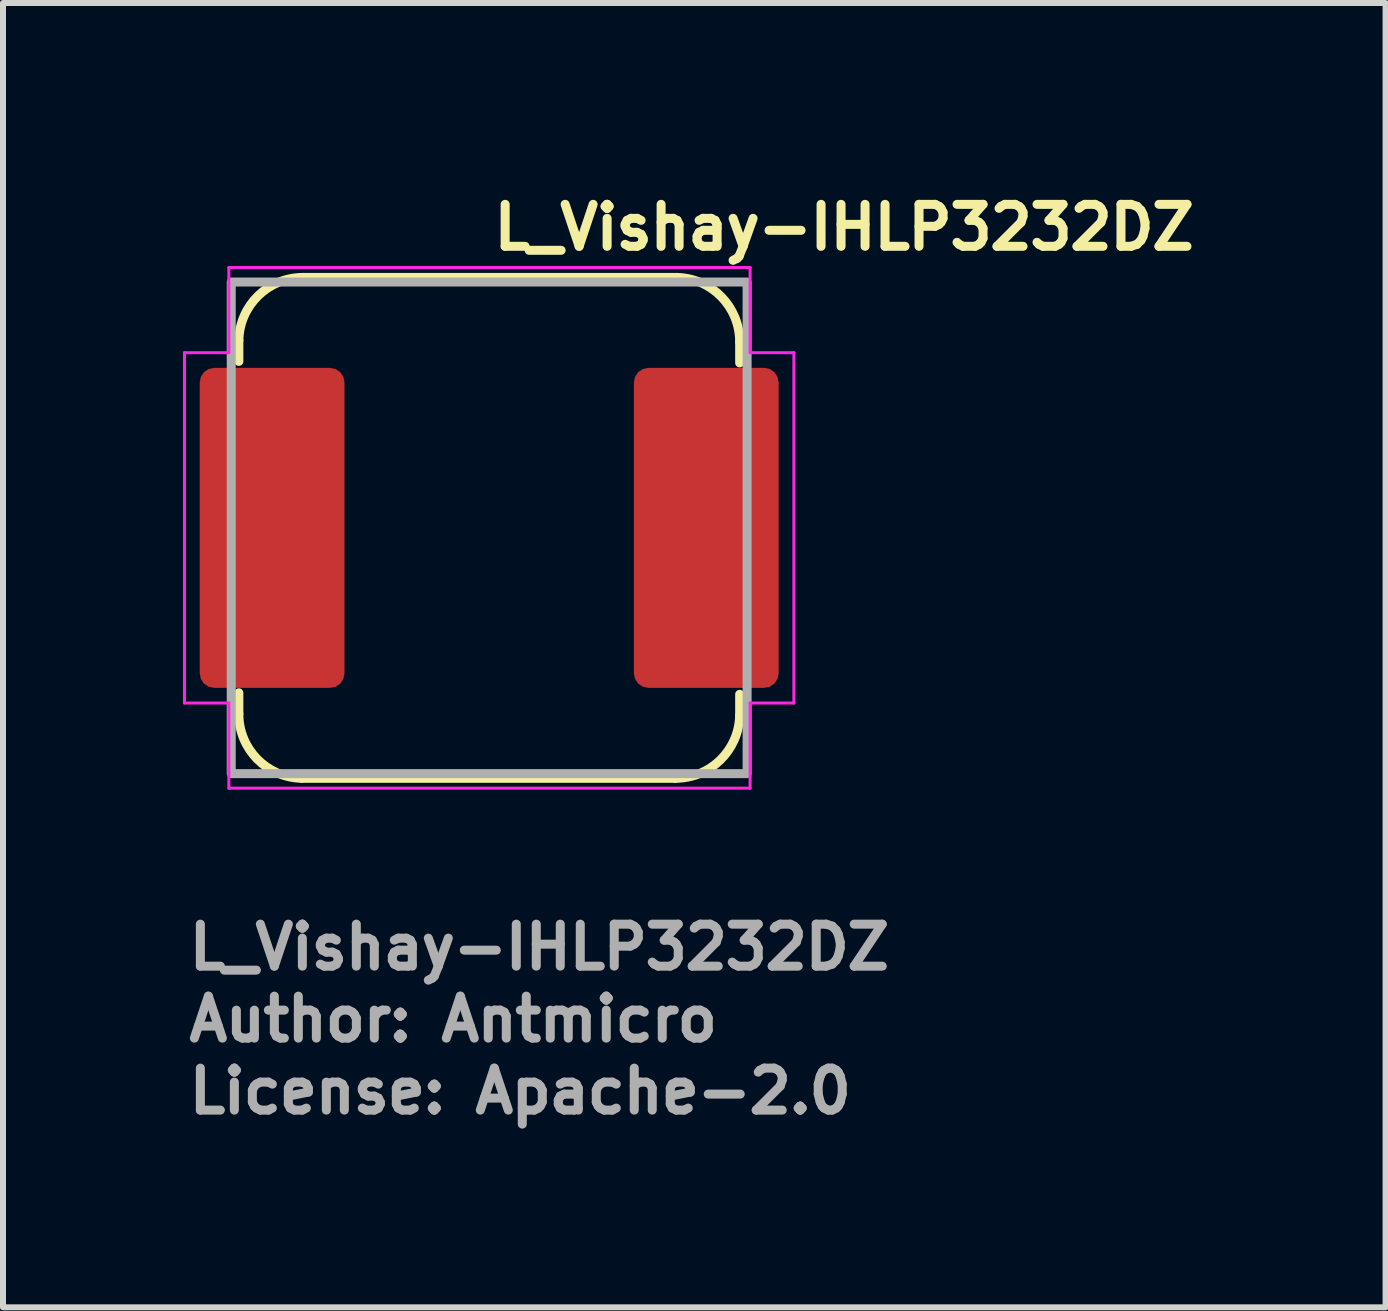
<source format=kicad_pcb>
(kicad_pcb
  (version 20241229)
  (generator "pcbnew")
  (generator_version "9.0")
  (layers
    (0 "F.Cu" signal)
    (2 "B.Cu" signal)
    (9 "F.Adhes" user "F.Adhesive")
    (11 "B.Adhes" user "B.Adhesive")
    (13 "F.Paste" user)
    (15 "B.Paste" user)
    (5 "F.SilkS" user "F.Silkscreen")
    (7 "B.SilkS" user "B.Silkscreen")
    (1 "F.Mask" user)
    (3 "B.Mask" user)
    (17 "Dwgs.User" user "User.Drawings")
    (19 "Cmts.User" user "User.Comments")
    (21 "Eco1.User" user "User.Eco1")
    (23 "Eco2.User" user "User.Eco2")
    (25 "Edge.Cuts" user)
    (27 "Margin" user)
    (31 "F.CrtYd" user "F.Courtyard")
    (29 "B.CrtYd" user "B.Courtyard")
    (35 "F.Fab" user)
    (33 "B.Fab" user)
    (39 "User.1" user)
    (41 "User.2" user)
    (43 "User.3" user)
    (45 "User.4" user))
  (footprint "L_Vishay-IHLP3232DZ"
    (layer "F.Cu")
    (at 5.105 5.75)
    (property "Reference" "L_Vishay-IHLP3232DZ" (at 0.001 -4.6 0) (layer "F.SilkS") (effects (font (size 0.7 0.7) (thickness 0.15)) (justify left bottom)))
    (attr smd)
    (fp_line (start -4.173 -2.775) (end -4.173 -3.125) (stroke (width 0.15) (type solid)) (layer "F.SilkS"))
    (fp_line (start -4.173 3.1) (end -4.173 2.75) (stroke (width 0.15) (type solid)) (layer "F.SilkS"))
    (fp_line (start -3.124 4.175) (end 3.101 4.175) (stroke (width 0.15) (type solid)) (layer "F.SilkS"))
    (fp_line (start 3.126 -4.175) (end -3.099 -4.175) (stroke (width 0.15) (type solid)) (layer "F.SilkS"))
    (fp_line (start 4.176 -3.1) (end 4.176 -2.75) (stroke (width 0.15) (type solid)) (layer "F.SilkS"))
    (fp_line (start 4.176 2.775) (end 4.176 3.125) (stroke (width 0.15) (type solid)) (layer "F.SilkS"))
    (fp_arc (start -4.173 -3.125) (mid -3.851043 -3.869958) (end -3.099 -4.175) (stroke (width 0.15) (type solid)) (layer "F.SilkS"))
    (fp_arc (start -3.124 4.175) (mid -3.868667 3.852342) (end -4.173 3.1) (stroke (width 0.15) (type solid)) (layer "F.SilkS"))
    (fp_arc (start 3.126 -4.175) (mid 3.870808 -3.852196) (end 4.176 -3.1) (stroke (width 0.15) (type solid)) (layer "F.SilkS"))
    (fp_arc (start 4.176 3.125) (mid 3.853196 3.869808) (end 3.101 4.175) (stroke (width 0.15) (type solid)) (layer "F.SilkS"))
    (fp_line (start -5.08 2.92) (end -5.08 -2.92) (stroke (width 0.05) (type solid)) (layer "F.CrtYd"))
    (fp_line (start -4.34 -2.92) (end -5.08 -2.92) (stroke (width 0.05) (type solid)) (layer "F.CrtYd"))
    (fp_line (start -4.34 -2.92) (end -4.34 -4.34) (stroke (width 0.05) (type solid)) (layer "F.CrtYd"))
    (fp_line (start -4.34 2.92) (end -5.08 2.92) (stroke (width 0.05) (type solid)) (layer "F.CrtYd"))
    (fp_line (start -4.34 2.92) (end -4.34 4.34) (stroke (width 0.05) (type solid)) (layer "F.CrtYd"))
    (fp_line (start -4.34 4.34) (end 4.35 4.34) (stroke (width 0.05) (type solid)) (layer "F.CrtYd"))
    (fp_line (start 4.35 -4.34) (end -4.34 -4.34) (stroke (width 0.05) (type solid)) (layer "F.CrtYd"))
    (fp_line (start 4.35 -2.92) (end 4.35 -4.34) (stroke (width 0.05) (type solid)) (layer "F.CrtYd"))
    (fp_line (start 4.35 -2.92) (end 5.08 -2.92) (stroke (width 0.05) (type solid)) (layer "F.CrtYd"))
    (fp_line (start 4.35 2.92) (end 4.35 4.34) (stroke (width 0.05) (type solid)) (layer "F.CrtYd"))
    (fp_line (start 4.35 2.92) (end 5.08 2.92) (stroke (width 0.05) (type solid)) (layer "F.CrtYd"))
    (fp_line (start 5.08 -2.92) (end 5.08 2.92) (stroke (width 0.05) (type solid)) (layer "F.CrtYd"))
    (fp_rect (start -4.3 -4.098) (end 4.3 4.097) (stroke (width 0.15) (type solid)) (fill no) (layer "F.Fab"))
    (fp_rect (start -4.3 -4.098) (end 4.3 4.097) (stroke (width 0.1) (type solid)) (fill no) (layer "User.5"))
    (fp_line (start -4.3 -0.363) (end -4.3 -0.363) (stroke (width 0.02) (type solid)) (layer "User.9"))
    (fp_line (start -4.3 -0.363) (end -4.3 -0.254) (stroke (width 0.02) (type solid)) (layer "User.9"))
    (fp_line (start -4.3 -0.363) (end -4.298 -0.364) (stroke (width 0.02) (type solid)) (layer "User.9"))
    (fp_line (start -4.3 -0.363) (end -4.096 -0.363) (stroke (width 0.02) (type solid)) (layer "User.9"))
    (fp_line (start -4.3 1.141) (end -4.3 -0.254) (stroke (width 0.02) (type solid)) (layer "User.9"))
    (fp_line (start -4.3 1.141) (end -4.3 1.25) (stroke (width 0.02) (type solid)) (layer "User.9"))
    (fp_line (start -4.3 1.25) (end -4.3 2.539) (stroke (width 0.02) (type solid)) (layer "User.9"))
    (fp_line (start -4.3 2.539) (end -4.096 2.539) (stroke (width 0.02) (type solid)) (layer "User.9"))
    (fp_line (start -4.298 -0.367) (end -4.297 -0.368) (stroke (width 0.02) (type solid)) (layer "User.9"))
    (fp_line (start -4.298 -0.366) (end -4.298 -0.367) (stroke (width 0.02) (type solid)) (layer "User.9"))
    (fp_line (start -4.298 -0.366) (end -4.298 -0.366) (stroke (width 0.02) (type solid)) (layer "User.9"))
    (fp_line (start -4.298 -0.365) (end -4.298 -0.366) (stroke (width 0.02) (type solid)) (layer "User.9"))
    (fp_line (start -4.298 -0.365) (end -4.298 -0.365) (stroke (width 0.02) (type solid)) (layer "User.9"))
    (fp_line (start -4.298 -0.364) (end -4.298 -0.365) (stroke (width 0.02) (type solid)) (layer "User.9"))
    (fp_line (start -4.298 1.25) (end -4.3 1.25) (stroke (width 0.02) (type solid)) (layer "User.9"))
    (fp_line (start -4.298 1.252) (end -4.298 1.25) (stroke (width 0.02) (type solid)) (layer "User.9"))
    (fp_line (start -4.298 1.252) (end -4.298 1.252) (stroke (width 0.02) (type solid)) (layer "User.9"))
    (fp_line (start -4.297 -0.368) (end -4.295 -0.368) (stroke (width 0.02) (type solid)) (layer "User.9"))
    (fp_line (start -4.297 1.254) (end -4.298 1.252) (stroke (width 0.02) (type solid)) (layer "User.9"))
    (fp_line (start -4.295 -0.369) (end -4.295 -0.369) (stroke (width 0.02) (type solid)) (layer "User.9"))
    (fp_line (start -4.295 -0.369) (end -4.293 -0.37) (stroke (width 0.02) (type solid)) (layer "User.9"))
    (fp_line (start -4.295 -0.368) (end -4.295 -0.369) (stroke (width 0.02) (type solid)) (layer "User.9"))
    (fp_line (start -4.295 1.256) (end -4.297 1.254) (stroke (width 0.02) (type solid)) (layer "User.9"))
    (fp_line (start -4.293 -0.37) (end -4.293 -0.37) (stroke (width 0.02) (type solid)) (layer "User.9"))
    (fp_line (start -4.293 -0.37) (end -4.292 -0.371) (stroke (width 0.02) (type solid)) (layer "User.9"))
    (fp_line (start -4.293 1.256) (end -4.295 1.256) (stroke (width 0.02) (type solid)) (layer "User.9"))
    (fp_line (start -4.292 -0.371) (end -4.29 -0.372) (stroke (width 0.02) (type solid)) (layer "User.9"))
    (fp_line (start -4.292 1.258) (end -4.293 1.256) (stroke (width 0.02) (type solid)) (layer "User.9"))
    (fp_line (start -4.29 -0.372) (end -4.289 -0.372) (stroke (width 0.02) (type solid)) (layer "User.9"))
    (fp_line (start -4.289 -0.372) (end -4.287 -0.373) (stroke (width 0.02) (type solid)) (layer "User.9"))
    (fp_line (start -4.289 1.258) (end -4.292 1.258) (stroke (width 0.02) (type solid)) (layer "User.9"))
    (fp_line (start -4.287 -0.373) (end -4.285 -0.373) (stroke (width 0.02) (type solid)) (layer "User.9"))
    (fp_line (start -4.285 -0.373) (end -4.282 -0.375) (stroke (width 0.02) (type solid)) (layer "User.9"))
    (fp_line (start -4.285 1.26) (end -4.289 1.258) (stroke (width 0.02) (type solid)) (layer "User.9"))
    (fp_line (start -4.282 -0.375) (end -4.279 -0.376) (stroke (width 0.02) (type solid)) (layer "User.9"))
    (fp_line (start -4.282 1.262) (end -4.285 1.26) (stroke (width 0.02) (type solid)) (layer "User.9"))
    (fp_line (start -4.279 -0.376) (end -4.276 -0.377) (stroke (width 0.02) (type solid)) (layer "User.9"))
    (fp_line (start -4.279 1.262) (end -4.282 1.262) (stroke (width 0.02) (type solid)) (layer "User.9"))
    (fp_line (start -4.276 -0.377) (end -4.271 -0.378) (stroke (width 0.02) (type solid)) (layer "User.9"))
    (fp_line (start -4.276 1.264) (end -4.279 1.262) (stroke (width 0.02) (type solid)) (layer "User.9"))
    (fp_line (start -4.271 -0.378) (end -4.268 -0.379) (stroke (width 0.02) (type solid)) (layer "User.9"))
    (fp_line (start -4.271 1.264) (end -4.276 1.264) (stroke (width 0.02) (type solid)) (layer "User.9"))
    (fp_line (start -4.268 -0.379) (end -4.263 -0.38) (stroke (width 0.02) (type solid)) (layer "User.9"))
    (fp_line (start -4.268 1.266) (end -4.271 1.264) (stroke (width 0.02) (type solid)) (layer "User.9"))
    (fp_line (start -4.263 -0.38) (end -4.258 -0.381) (stroke (width 0.02) (type solid)) (layer "User.9"))
    (fp_line (start -4.258 -0.381) (end -4.096 -0.381) (stroke (width 0.02) (type solid)) (layer "User.9"))
    (fp_line (start -4.258 1.268) (end -4.268 1.266) (stroke (width 0.02) (type solid)) (layer "User.9"))
    (fp_line (start -4.096 -3.093) (end -4.096 -2.54) (stroke (width 0.02) (type solid)) (layer "User.9"))
    (fp_line (start -4.096 -2.54) (end -4.3 -2.54) (stroke (width 0.02) (type solid)) (layer "User.9"))
    (fp_line (start -4.096 -2.54) (end -3.843 -2.54) (stroke (width 0.02) (type solid)) (layer "User.9"))
    (fp_line (start -4.096 -0.381) (end -4.096 1.268) (stroke (width 0.02) (type solid)) (layer "User.9"))
    (fp_line (start -4.096 -0.363) (end -4.096 -0.254) (stroke (width 0.02) (type solid)) (layer "User.9"))
    (fp_line (start -4.096 1.141) (end -4.096 -0.254) (stroke (width 0.02) (type solid)) (layer "User.9"))
    (fp_line (start -4.096 1.141) (end -4.096 1.25) (stroke (width 0.02) (type solid)) (layer "User.9"))
    (fp_line (start -4.096 1.25) (end -4.3 1.25) (stroke (width 0.02) (type solid)) (layer "User.9"))
    (fp_line (start -4.096 1.268) (end -4.258 1.268) (stroke (width 0.02) (type solid)) (layer "User.9"))
    (fp_line (start -4.096 2.539) (end -4.096 3.091) (stroke (width 0.02) (type solid)) (layer "User.9"))
    (fp_line (start -4.096 3.091) (end -4.094 3.14) (stroke (width 0.02) (type solid)) (layer "User.9"))
    (fp_line (start -4.094 -3.142) (end -4.096 -3.093) (stroke (width 0.02) (type solid)) (layer "User.9"))
    (fp_line (start -4.094 3.14) (end -4.091 3.189) (stroke (width 0.02) (type solid)) (layer "User.9"))
    (fp_line (start -4.091 -3.192) (end -4.094 -3.142) (stroke (width 0.02) (type solid)) (layer "User.9"))
    (fp_line (start -4.091 3.189) (end -4.085 3.238) (stroke (width 0.02) (type solid)) (layer "User.9"))
    (fp_line (start -4.085 -3.241) (end -4.091 -3.192) (stroke (width 0.02) (type solid)) (layer "User.9"))
    (fp_line (start -4.085 3.238) (end -4.077 3.287) (stroke (width 0.02) (type solid)) (layer "User.9"))
    (fp_line (start -4.077 -3.29) (end -4.085 -3.241) (stroke (width 0.02) (type solid)) (layer "User.9"))
    (fp_line (start -4.077 3.287) (end -4.065 3.335) (stroke (width 0.02) (type solid)) (layer "User.9"))
    (fp_line (start -4.065 -3.338) (end -4.077 -3.29) (stroke (width 0.02) (type solid)) (layer "User.9"))
    (fp_line (start -4.065 3.335) (end -4.053 3.382) (stroke (width 0.02) (type solid)) (layer "User.9"))
    (fp_line (start -4.053 -3.384) (end -4.065 -3.338) (stroke (width 0.02) (type solid)) (layer "User.9"))
    (fp_line (start -4.053 3.382) (end -4.037 3.43) (stroke (width 0.02) (type solid)) (layer "User.9"))
    (fp_line (start -4.037 -3.431) (end -4.053 -3.384) (stroke (width 0.02) (type solid)) (layer "User.9"))
    (fp_line (start -4.037 3.43) (end -4.019 3.475) (stroke (width 0.02) (type solid)) (layer "User.9"))
    (fp_line (start -4.019 -3.477) (end -4.037 -3.431) (stroke (width 0.02) (type solid)) (layer "User.9"))
    (fp_line (start -4.019 3.475) (end -4 3.519) (stroke (width 0.02) (type solid)) (layer "User.9"))
    (fp_line (start -4 -3.521) (end -4.019 -3.477) (stroke (width 0.02) (type solid)) (layer "User.9"))
    (fp_line (start -4 3.519) (end -3.979 3.563) (stroke (width 0.02) (type solid)) (layer "User.9"))
    (fp_line (start -3.979 -3.565) (end -4 -3.521) (stroke (width 0.02) (type solid)) (layer "User.9"))
    (fp_line (start -3.979 3.563) (end -3.954 3.607) (stroke (width 0.02) (type solid)) (layer "User.9"))
    (fp_line (start -3.954 -3.609) (end -3.979 -3.565) (stroke (width 0.02) (type solid)) (layer "User.9"))
    (fp_line (start -3.954 3.607) (end -3.929 3.648) (stroke (width 0.02) (type solid)) (layer "User.9"))
    (fp_line (start -3.929 -3.65) (end -3.954 -3.609) (stroke (width 0.02) (type solid)) (layer "User.9"))
    (fp_line (start -3.929 3.648) (end -3.899 3.688) (stroke (width 0.02) (type solid)) (layer "User.9"))
    (fp_line (start -3.899 -3.69) (end -3.929 -3.65) (stroke (width 0.02) (type solid)) (layer "User.9"))
    (fp_line (start -3.899 3.688) (end -3.87 3.728) (stroke (width 0.02) (type solid)) (layer "User.9"))
    (fp_line (start -3.87 -3.73) (end -3.899 -3.69) (stroke (width 0.02) (type solid)) (layer "User.9"))
    (fp_line (start -3.87 3.728) (end -3.837 3.765) (stroke (width 0.02) (type solid)) (layer "User.9"))
    (fp_line (start -3.843 -3.041) (end -3.842 -3.092) (stroke (width 0.02) (type solid)) (layer "User.9"))
    (fp_line (start -3.843 -0.381) (end -4.096 -0.381) (stroke (width 0.02) (type solid)) (layer "User.9"))
    (fp_line (start -3.843 1.268) (end -4.096 1.268) (stroke (width 0.02) (type solid)) (layer "User.9"))
    (fp_line (start -3.843 1.268) (end -4.096 1.268) (stroke (width 0.02) (type solid)) (layer "User.9"))
    (fp_line (start -3.843 2.539) (end -4.096 2.539) (stroke (width 0.02) (type solid)) (layer "User.9"))
    (fp_line (start -3.843 3.039) (end -3.843 -3.041) (stroke (width 0.02) (type solid)) (layer "User.9"))
    (fp_line (start -3.842 -3.092) (end -3.838 -3.141) (stroke (width 0.02) (type solid)) (layer "User.9"))
    (fp_line (start -3.842 3.089) (end -3.843 3.039) (stroke (width 0.02) (type solid)) (layer "User.9"))
    (fp_line (start -3.838 -3.141) (end -3.832 -3.189) (stroke (width 0.02) (type solid)) (layer "User.9"))
    (fp_line (start -3.838 3.138) (end -3.842 3.089) (stroke (width 0.02) (type solid)) (layer "User.9"))
    (fp_line (start -3.837 -3.767) (end -3.87 -3.73) (stroke (width 0.02) (type solid)) (layer "User.9"))
    (fp_line (start -3.837 3.765) (end -3.802 3.801) (stroke (width 0.02) (type solid)) (layer "User.9"))
    (fp_line (start -3.832 -3.189) (end -3.824 -3.238) (stroke (width 0.02) (type solid)) (layer "User.9"))
    (fp_line (start -3.832 3.188) (end -3.838 3.138) (stroke (width 0.02) (type solid)) (layer "User.9"))
    (fp_line (start -3.824 -3.238) (end -3.813 -3.286) (stroke (width 0.02) (type solid)) (layer "User.9"))
    (fp_line (start -3.824 3.237) (end -3.832 3.188) (stroke (width 0.02) (type solid)) (layer "User.9"))
    (fp_line (start -3.813 -3.286) (end -3.8 -3.334) (stroke (width 0.02) (type solid)) (layer "User.9"))
    (fp_line (start -3.813 3.285) (end -3.824 3.237) (stroke (width 0.02) (type solid)) (layer "User.9"))
    (fp_line (start -3.802 -3.803) (end -3.837 -3.767) (stroke (width 0.02) (type solid)) (layer "User.9"))
    (fp_line (start -3.802 -3.803) (end -3.802 -3.803) (stroke (width 0.02) (type solid)) (layer "User.9"))
    (fp_line (start -3.802 3.801) (end -3.802 3.801) (stroke (width 0.02) (type solid)) (layer "User.9"))
    (fp_line (start -3.802 3.801) (end -3.766 3.836) (stroke (width 0.02) (type solid)) (layer "User.9"))
    (fp_line (start -3.8 -3.334) (end -3.785 -3.38) (stroke (width 0.02) (type solid)) (layer "User.9"))
    (fp_line (start -3.8 3.331) (end -3.813 3.285) (stroke (width 0.02) (type solid)) (layer "User.9"))
    (fp_line (start -3.785 -3.38) (end -3.766 -3.427) (stroke (width 0.02) (type solid)) (layer "User.9"))
    (fp_line (start -3.785 3.378) (end -3.8 3.331) (stroke (width 0.02) (type solid)) (layer "User.9"))
    (fp_line (start -3.766 -3.838) (end -3.802 -3.803) (stroke (width 0.02) (type solid)) (layer "User.9"))
    (fp_line (start -3.766 -3.427) (end -3.746 -3.472) (stroke (width 0.02) (type solid)) (layer "User.9"))
    (fp_line (start -3.766 3.424) (end -3.785 3.378) (stroke (width 0.02) (type solid)) (layer "User.9"))
    (fp_line (start -3.766 3.836) (end -3.729 3.869) (stroke (width 0.02) (type solid)) (layer "User.9"))
    (fp_line (start -3.746 -3.472) (end -3.725 -3.516) (stroke (width 0.02) (type solid)) (layer "User.9"))
    (fp_line (start -3.746 3.47) (end -3.766 3.424) (stroke (width 0.02) (type solid)) (layer "User.9"))
    (fp_line (start -3.729 -3.871) (end -3.766 -3.838) (stroke (width 0.02) (type solid)) (layer "User.9"))
    (fp_line (start -3.729 3.869) (end -3.689 3.898) (stroke (width 0.02) (type solid)) (layer "User.9"))
    (fp_line (start -3.725 -3.516) (end -3.7 -3.557) (stroke (width 0.02) (type solid)) (layer "User.9"))
    (fp_line (start -3.725 3.513) (end -3.746 3.47) (stroke (width 0.02) (type solid)) (layer "User.9"))
    (fp_line (start -3.7 -3.557) (end -3.675 -3.6) (stroke (width 0.02) (type solid)) (layer "User.9"))
    (fp_line (start -3.7 3.555) (end -3.725 3.513) (stroke (width 0.02) (type solid)) (layer "User.9"))
    (fp_line (start -3.689 -3.9) (end -3.729 -3.871) (stroke (width 0.02) (type solid)) (layer "User.9"))
    (fp_line (start -3.689 3.898) (end -3.649 3.927) (stroke (width 0.02) (type solid)) (layer "User.9"))
    (fp_line (start -3.675 -3.6) (end -3.645 -3.64) (stroke (width 0.02) (type solid)) (layer "User.9"))
    (fp_line (start -3.675 3.597) (end -3.7 3.555) (stroke (width 0.02) (type solid)) (layer "User.9"))
    (fp_line (start -3.649 -3.93) (end -3.689 -3.9) (stroke (width 0.02) (type solid)) (layer "User.9"))
    (fp_line (start -3.649 3.927) (end -3.608 3.954) (stroke (width 0.02) (type solid)) (layer "User.9"))
    (fp_line (start -3.645 -3.64) (end -3.616 -3.678) (stroke (width 0.02) (type solid)) (layer "User.9"))
    (fp_line (start -3.645 3.637) (end -3.675 3.597) (stroke (width 0.02) (type solid)) (layer "User.9"))
    (fp_line (start -3.616 -3.678) (end -3.583 -3.717) (stroke (width 0.02) (type solid)) (layer "User.9"))
    (fp_line (start -3.616 3.676) (end -3.645 3.637) (stroke (width 0.02) (type solid)) (layer "User.9"))
    (fp_line (start -3.608 -3.955) (end -3.649 -3.93) (stroke (width 0.02) (type solid)) (layer "User.9"))
    (fp_line (start -3.608 3.954) (end -3.564 3.978) (stroke (width 0.02) (type solid)) (layer "User.9"))
    (fp_line (start -3.583 -3.717) (end -3.548 -3.753) (stroke (width 0.02) (type solid)) (layer "User.9"))
    (fp_line (start -3.583 3.714) (end -3.616 3.676) (stroke (width 0.02) (type solid)) (layer "User.9"))
    (fp_line (start -3.564 -3.98) (end -3.608 -3.955) (stroke (width 0.02) (type solid)) (layer "User.9"))
    (fp_line (start -3.564 3.978) (end -3.52 3.999) (stroke (width 0.02) (type solid)) (layer "User.9"))
    (fp_line (start -3.548 -3.753) (end -3.548 -3.753) (stroke (width 0.02) (type solid)) (layer "User.9"))
    (fp_line (start -3.548 -3.753) (end -3.512 -3.787) (stroke (width 0.02) (type solid)) (layer "User.9"))
    (fp_line (start -3.548 3.75) (end -3.583 3.714) (stroke (width 0.02) (type solid)) (layer "User.9"))
    (fp_line (start -3.548 3.75) (end -3.548 3.75) (stroke (width 0.02) (type solid)) (layer "User.9"))
    (fp_line (start -3.52 -4.001) (end -3.564 -3.98) (stroke (width 0.02) (type solid)) (layer "User.9"))
    (fp_line (start -3.52 3.999) (end -3.476 4.019) (stroke (width 0.02) (type solid)) (layer "User.9"))
    (fp_line (start -3.512 -3.787) (end -3.475 -3.819) (stroke (width 0.02) (type solid)) (layer "User.9"))
    (fp_line (start -3.512 3.785) (end -3.548 3.75) (stroke (width 0.02) (type solid)) (layer "User.9"))
    (fp_line (start -3.476 -4.021) (end -3.52 -4.001) (stroke (width 0.02) (type solid)) (layer "User.9"))
    (fp_line (start -3.476 4.019) (end -3.43 4.038) (stroke (width 0.02) (type solid)) (layer "User.9"))
    (fp_line (start -3.475 -3.819) (end -3.435 -3.85) (stroke (width 0.02) (type solid)) (layer "User.9"))
    (fp_line (start -3.475 3.817) (end -3.512 3.785) (stroke (width 0.02) (type solid)) (layer "User.9"))
    (fp_line (start -3.435 -3.85) (end -3.395 -3.879) (stroke (width 0.02) (type solid)) (layer "User.9"))
    (fp_line (start -3.435 3.847) (end -3.475 3.817) (stroke (width 0.02) (type solid)) (layer "User.9"))
    (fp_line (start -3.43 -4.038) (end -3.476 -4.021) (stroke (width 0.02) (type solid)) (layer "User.9"))
    (fp_line (start -3.43 4.038) (end -3.383 4.051) (stroke (width 0.02) (type solid)) (layer "User.9"))
    (fp_line (start -3.395 -3.879) (end -3.354 -3.904) (stroke (width 0.02) (type solid)) (layer "User.9"))
    (fp_line (start -3.395 3.876) (end -3.435 3.847) (stroke (width 0.02) (type solid)) (layer "User.9"))
    (fp_line (start -3.383 -4.054) (end -3.43 -4.038) (stroke (width 0.02) (type solid)) (layer "User.9"))
    (fp_line (start -3.383 4.051) (end -3.337 4.065) (stroke (width 0.02) (type solid)) (layer "User.9"))
    (fp_line (start -3.354 -3.904) (end -3.31 -3.928) (stroke (width 0.02) (type solid)) (layer "User.9"))
    (fp_line (start -3.354 3.902) (end -3.395 3.876) (stroke (width 0.02) (type solid)) (layer "User.9"))
    (fp_line (start -3.337 -4.067) (end -3.383 -4.054) (stroke (width 0.02) (type solid)) (layer "User.9"))
    (fp_line (start -3.337 4.065) (end -3.289 4.075) (stroke (width 0.02) (type solid)) (layer "User.9"))
    (fp_line (start -3.31 -3.928) (end -3.266 -3.951) (stroke (width 0.02) (type solid)) (layer "User.9"))
    (fp_line (start -3.31 3.926) (end -3.354 3.902) (stroke (width 0.02) (type solid)) (layer "User.9"))
    (fp_line (start -3.289 -4.078) (end -3.337 -4.067) (stroke (width 0.02) (type solid)) (layer "User.9"))
    (fp_line (start -3.289 4.075) (end -3.24 4.083) (stroke (width 0.02) (type solid)) (layer "User.9"))
    (fp_line (start -3.266 -3.951) (end -3.222 -3.971) (stroke (width 0.02) (type solid)) (layer "User.9"))
    (fp_line (start -3.266 3.948) (end -3.31 3.926) (stroke (width 0.02) (type solid)) (layer "User.9"))
    (fp_line (start -3.24 -4.086) (end -3.289 -4.078) (stroke (width 0.02) (type solid)) (layer "User.9"))
    (fp_line (start -3.24 4.083) (end -3.191 4.091) (stroke (width 0.02) (type solid)) (layer "User.9"))
    (fp_line (start -3.222 -3.971) (end -3.176 -3.988) (stroke (width 0.02) (type solid)) (layer "User.9"))
    (fp_line (start -3.222 3.968) (end -3.266 3.948) (stroke (width 0.02) (type solid)) (layer "User.9"))
    (fp_line (start -3.191 -4.093) (end -3.24 -4.086) (stroke (width 0.02) (type solid)) (layer "User.9"))
    (fp_line (start -3.191 4.091) (end -3.141 4.094) (stroke (width 0.02) (type solid)) (layer "User.9"))
    (fp_line (start -3.176 -3.988) (end -3.129 -4.003) (stroke (width 0.02) (type solid)) (layer "User.9"))
    (fp_line (start -3.176 3.987) (end -3.222 3.968) (stroke (width 0.02) (type solid)) (layer "User.9"))
    (fp_line (start -3.141 -4.096) (end -3.191 -4.093) (stroke (width 0.02) (type solid)) (layer "User.9"))
    (fp_line (start -3.141 4.094) (end -3.092 4.097) (stroke (width 0.02) (type solid)) (layer "User.9"))
    (fp_line (start -3.129 -4.003) (end -3.083 -4.016) (stroke (width 0.02) (type solid)) (layer "User.9"))
    (fp_line (start -3.129 4.001) (end -3.176 3.987) (stroke (width 0.02) (type solid)) (layer "User.9"))
    (fp_line (start -3.092 -4.098) (end -3.141 -4.096) (stroke (width 0.02) (type solid)) (layer "User.9"))
    (fp_line (start -3.092 4.097) (end 3.092 4.097) (stroke (width 0.02) (type solid)) (layer "User.9"))
    (fp_line (start -3.083 -4.016) (end -3.035 -4.027) (stroke (width 0.02) (type solid)) (layer "User.9"))
    (fp_line (start -3.083 4.014) (end -3.129 4.001) (stroke (width 0.02) (type solid)) (layer "User.9"))
    (fp_line (start -3.035 -4.027) (end -2.986 -4.037) (stroke (width 0.02) (type solid)) (layer "User.9"))
    (fp_line (start -3.035 4.025) (end -3.083 4.014) (stroke (width 0.02) (type solid)) (layer "User.9"))
    (fp_line (start -2.986 -4.037) (end -2.937 -4.041) (stroke (width 0.02) (type solid)) (layer "User.9"))
    (fp_line (start -2.986 4.035) (end -3.035 4.025) (stroke (width 0.02) (type solid)) (layer "User.9"))
    (fp_line (start -2.937 -4.041) (end -2.887 -4.045) (stroke (width 0.02) (type solid)) (layer "User.9"))
    (fp_line (start -2.937 4.041) (end -2.986 4.035) (stroke (width 0.02) (type solid)) (layer "User.9"))
    (fp_line (start -2.887 -4.045) (end -2.838 -4.046) (stroke (width 0.02) (type solid)) (layer "User.9"))
    (fp_line (start -2.887 4.043) (end -2.937 4.041) (stroke (width 0.02) (type solid)) (layer "User.9"))
    (fp_line (start -2.838 -4.046) (end 2.838 -4.046) (stroke (width 0.02) (type solid)) (layer "User.9"))
    (fp_line (start -2.838 4.046) (end -2.887 4.043) (stroke (width 0.02) (type solid)) (layer "User.9"))
    (fp_line (start 2.838 -4.046) (end 2.887 -4.045) (stroke (width 0.02) (type solid)) (layer "User.9"))
    (fp_line (start 2.838 4.046) (end -2.838 4.046) (stroke (width 0.02) (type solid)) (layer "User.9"))
    (fp_line (start 2.887 -4.045) (end 2.936 -4.041) (stroke (width 0.02) (type solid)) (layer "User.9"))
    (fp_line (start 2.887 4.043) (end 2.838 4.046) (stroke (width 0.02) (type solid)) (layer "User.9"))
    (fp_line (start 2.936 -4.041) (end 2.985 -4.037) (stroke (width 0.02) (type solid)) (layer "User.9"))
    (fp_line (start 2.936 4.041) (end 2.887 4.043) (stroke (width 0.02) (type solid)) (layer "User.9"))
    (fp_line (start 2.985 -4.037) (end 3.034 -4.027) (stroke (width 0.02) (type solid)) (layer "User.9"))
    (fp_line (start 2.985 4.035) (end 2.936 4.041) (stroke (width 0.02) (type solid)) (layer "User.9"))
    (fp_line (start 3.034 -4.027) (end 3.082 -4.016) (stroke (width 0.02) (type solid)) (layer "User.9"))
    (fp_line (start 3.034 4.025) (end 2.985 4.035) (stroke (width 0.02) (type solid)) (layer "User.9"))
    (fp_line (start 3.082 -4.016) (end 3.129 -4.003) (stroke (width 0.02) (type solid)) (layer "User.9"))
    (fp_line (start 3.082 4.014) (end 3.034 4.025) (stroke (width 0.02) (type solid)) (layer "User.9"))
    (fp_line (start 3.092 -4.098) (end -3.092 -4.098) (stroke (width 0.02) (type solid)) (layer "User.9"))
    (fp_line (start 3.092 4.097) (end 3.141 4.094) (stroke (width 0.02) (type solid)) (layer "User.9"))
    (fp_line (start 3.129 -4.003) (end 3.177 -3.988) (stroke (width 0.02) (type solid)) (layer "User.9"))
    (fp_line (start 3.129 4.001) (end 3.082 4.014) (stroke (width 0.02) (type solid)) (layer "User.9"))
    (fp_line (start 3.141 -4.096) (end 3.092 -4.098) (stroke (width 0.02) (type solid)) (layer "User.9"))
    (fp_line (start 3.141 4.094) (end 3.19 4.091) (stroke (width 0.02) (type solid)) (layer "User.9"))
    (fp_line (start 3.177 -3.988) (end 3.222 -3.971) (stroke (width 0.02) (type solid)) (layer "User.9"))
    (fp_line (start 3.177 3.987) (end 3.129 4.001) (stroke (width 0.02) (type solid)) (layer "User.9"))
    (fp_line (start 3.19 -4.093) (end 3.141 -4.096) (stroke (width 0.02) (type solid)) (layer "User.9"))
    (fp_line (start 3.19 4.091) (end 3.239 4.083) (stroke (width 0.02) (type solid)) (layer "User.9"))
    (fp_line (start 3.222 -3.971) (end 3.266 -3.951) (stroke (width 0.02) (type solid)) (layer "User.9"))
    (fp_line (start 3.222 3.968) (end 3.177 3.987) (stroke (width 0.02) (type solid)) (layer "User.9"))
    (fp_line (start 3.239 -4.086) (end 3.19 -4.093) (stroke (width 0.02) (type solid)) (layer "User.9"))
    (fp_line (start 3.239 4.083) (end 3.288 4.075) (stroke (width 0.02) (type solid)) (layer "User.9"))
    (fp_line (start 3.266 -3.951) (end 3.31 -3.928) (stroke (width 0.02) (type solid)) (layer "User.9"))
    (fp_line (start 3.266 3.948) (end 3.222 3.968) (stroke (width 0.02) (type solid)) (layer "User.9"))
    (fp_line (start 3.288 -4.078) (end 3.239 -4.086) (stroke (width 0.02) (type solid)) (layer "User.9"))
    (fp_line (start 3.288 4.075) (end 3.336 4.065) (stroke (width 0.02) (type solid)) (layer "User.9"))
    (fp_line (start 3.31 -3.928) (end 3.354 -3.904) (stroke (width 0.02) (type solid)) (layer "User.9"))
    (fp_line (start 3.31 3.926) (end 3.266 3.948) (stroke (width 0.02) (type solid)) (layer "User.9"))
    (fp_line (start 3.336 -4.067) (end 3.288 -4.078) (stroke (width 0.02) (type solid)) (layer "User.9"))
    (fp_line (start 3.336 4.065) (end 3.383 4.051) (stroke (width 0.02) (type solid)) (layer "User.9"))
    (fp_line (start 3.354 -3.904) (end 3.395 -3.879) (stroke (width 0.02) (type solid)) (layer "User.9"))
    (fp_line (start 3.354 3.902) (end 3.31 3.926) (stroke (width 0.02) (type solid)) (layer "User.9"))
    (fp_line (start 3.383 -4.054) (end 3.336 -4.067) (stroke (width 0.02) (type solid)) (layer "User.9"))
    (fp_line (start 3.383 4.051) (end 3.431 4.038) (stroke (width 0.02) (type solid)) (layer "User.9"))
    (fp_line (start 3.395 -3.879) (end 3.435 -3.85) (stroke (width 0.02) (type solid)) (layer "User.9"))
    (fp_line (start 3.395 3.876) (end 3.354 3.902) (stroke (width 0.02) (type solid)) (layer "User.9"))
    (fp_line (start 3.431 -4.038) (end 3.383 -4.054) (stroke (width 0.02) (type solid)) (layer "User.9"))
    (fp_line (start 3.431 4.038) (end 3.476 4.019) (stroke (width 0.02) (type solid)) (layer "User.9"))
    (fp_line (start 3.435 -3.85) (end 3.475 -3.819) (stroke (width 0.02) (type solid)) (layer "User.9"))
    (fp_line (start 3.435 3.847) (end 3.395 3.876) (stroke (width 0.02) (type solid)) (layer "User.9"))
    (fp_line (start 3.475 -3.819) (end 3.512 -3.787) (stroke (width 0.02) (type solid)) (layer "User.9"))
    (fp_line (start 3.475 3.817) (end 3.435 3.847) (stroke (width 0.02) (type solid)) (layer "User.9"))
    (fp_line (start 3.476 -4.021) (end 3.431 -4.038) (stroke (width 0.02) (type solid)) (layer "User.9"))
    (fp_line (start 3.476 4.019) (end 3.52 3.999) (stroke (width 0.02) (type solid)) (layer "User.9"))
    (fp_line (start 3.512 -3.787) (end 3.548 -3.753) (stroke (width 0.02) (type solid)) (layer "User.9"))
    (fp_line (start 3.512 3.785) (end 3.475 3.817) (stroke (width 0.02) (type solid)) (layer "User.9"))
    (fp_line (start 3.52 -4.001) (end 3.476 -4.021) (stroke (width 0.02) (type solid)) (layer "User.9"))
    (fp_line (start 3.52 3.999) (end 3.564 3.978) (stroke (width 0.02) (type solid)) (layer "User.9"))
    (fp_line (start 3.548 -3.753) (end 3.548 -3.753) (stroke (width 0.02) (type solid)) (layer "User.9"))
    (fp_line (start 3.548 -3.753) (end 3.582 -3.717) (stroke (width 0.02) (type solid)) (layer "User.9"))
    (fp_line (start 3.548 3.75) (end 3.512 3.785) (stroke (width 0.02) (type solid)) (layer "User.9"))
    (fp_line (start 3.548 3.75) (end 3.548 3.75) (stroke (width 0.02) (type solid)) (layer "User.9"))
    (fp_line (start 3.564 -3.98) (end 3.52 -4.001) (stroke (width 0.02) (type solid)) (layer "User.9"))
    (fp_line (start 3.564 3.978) (end 3.608 3.954) (stroke (width 0.02) (type solid)) (layer "User.9"))
    (fp_line (start 3.582 -3.717) (end 3.616 -3.678) (stroke (width 0.02) (type solid)) (layer "User.9"))
    (fp_line (start 3.582 3.714) (end 3.548 3.75) (stroke (width 0.02) (type solid)) (layer "User.9"))
    (fp_line (start 3.608 -3.955) (end 3.564 -3.98) (stroke (width 0.02) (type solid)) (layer "User.9"))
    (fp_line (start 3.608 3.954) (end 3.649 3.927) (stroke (width 0.02) (type solid)) (layer "User.9"))
    (fp_line (start 3.616 -3.678) (end 3.645 -3.64) (stroke (width 0.02) (type solid)) (layer "User.9"))
    (fp_line (start 3.616 3.676) (end 3.582 3.714) (stroke (width 0.02) (type solid)) (layer "User.9"))
    (fp_line (start 3.645 -3.64) (end 3.674 -3.6) (stroke (width 0.02) (type solid)) (layer "User.9"))
    (fp_line (start 3.645 3.637) (end 3.616 3.676) (stroke (width 0.02) (type solid)) (layer "User.9"))
    (fp_line (start 3.649 -3.93) (end 3.608 -3.955) (stroke (width 0.02) (type solid)) (layer "User.9"))
    (fp_line (start 3.649 3.927) (end 3.689 3.898) (stroke (width 0.02) (type solid)) (layer "User.9"))
    (fp_line (start 3.674 -3.6) (end 3.701 -3.557) (stroke (width 0.02) (type solid)) (layer "User.9"))
    (fp_line (start 3.674 3.597) (end 3.645 3.637) (stroke (width 0.02) (type solid)) (layer "User.9"))
    (fp_line (start 3.689 -3.9) (end 3.649 -3.93) (stroke (width 0.02) (type solid)) (layer "User.9"))
    (fp_line (start 3.689 3.898) (end 3.729 3.869) (stroke (width 0.02) (type solid)) (layer "User.9"))
    (fp_line (start 3.701 -3.557) (end 3.725 -3.516) (stroke (width 0.02) (type solid)) (layer "User.9"))
    (fp_line (start 3.701 3.555) (end 3.674 3.597) (stroke (width 0.02) (type solid)) (layer "User.9"))
    (fp_line (start 3.725 -3.516) (end 3.746 -3.472) (stroke (width 0.02) (type solid)) (layer "User.9"))
    (fp_line (start 3.725 3.513) (end 3.701 3.555) (stroke (width 0.02) (type solid)) (layer "User.9"))
    (fp_line (start 3.729 -3.871) (end 3.689 -3.9) (stroke (width 0.02) (type solid)) (layer "User.9"))
    (fp_line (start 3.729 3.869) (end 3.766 3.836) (stroke (width 0.02) (type solid)) (layer "User.9"))
    (fp_line (start 3.746 -3.472) (end 3.766 -3.427) (stroke (width 0.02) (type solid)) (layer "User.9"))
    (fp_line (start 3.746 3.47) (end 3.725 3.513) (stroke (width 0.02) (type solid)) (layer "User.9"))
    (fp_line (start 3.766 -3.838) (end 3.729 -3.871) (stroke (width 0.02) (type solid)) (layer "User.9"))
    (fp_line (start 3.766 -3.427) (end 3.784 -3.38) (stroke (width 0.02) (type solid)) (layer "User.9"))
    (fp_line (start 3.766 3.424) (end 3.746 3.47) (stroke (width 0.02) (type solid)) (layer "User.9"))
    (fp_line (start 3.766 3.836) (end 3.802 3.801) (stroke (width 0.02) (type solid)) (layer "User.9"))
    (fp_line (start 3.784 -3.38) (end 3.799 -3.334) (stroke (width 0.02) (type solid)) (layer "User.9"))
    (fp_line (start 3.784 3.378) (end 3.766 3.424) (stroke (width 0.02) (type solid)) (layer "User.9"))
    (fp_line (start 3.799 -3.334) (end 3.812 -3.286) (stroke (width 0.02) (type solid)) (layer "User.9"))
    (fp_line (start 3.799 3.331) (end 3.784 3.378) (stroke (width 0.02) (type solid)) (layer "User.9"))
    (fp_line (start 3.802 -3.803) (end 3.766 -3.838) (stroke (width 0.02) (type solid)) (layer "User.9"))
    (fp_line (start 3.802 -3.803) (end 3.802 -3.803) (stroke (width 0.02) (type solid)) (layer "User.9"))
    (fp_line (start 3.802 3.801) (end 3.802 3.801) (stroke (width 0.02) (type solid)) (layer "User.9"))
    (fp_line (start 3.802 3.801) (end 3.836 3.765) (stroke (width 0.02) (type solid)) (layer "User.9"))
    (fp_line (start 3.812 -3.286) (end 3.823 -3.238) (stroke (width 0.02) (type solid)) (layer "User.9"))
    (fp_line (start 3.812 3.285) (end 3.799 3.331) (stroke (width 0.02) (type solid)) (layer "User.9"))
    (fp_line (start 3.823 -3.238) (end 3.831 -3.189) (stroke (width 0.02) (type solid)) (layer "User.9"))
    (fp_line (start 3.823 3.237) (end 3.812 3.285) (stroke (width 0.02) (type solid)) (layer "User.9"))
    (fp_line (start 3.831 -3.189) (end 3.838 -3.141) (stroke (width 0.02) (type solid)) (layer "User.9"))
    (fp_line (start 3.831 3.188) (end 3.823 3.237) (stroke (width 0.02) (type solid)) (layer "User.9"))
    (fp_line (start 3.836 -3.767) (end 3.802 -3.803) (stroke (width 0.02) (type solid)) (layer "User.9"))
    (fp_line (start 3.836 3.765) (end 3.87 3.728) (stroke (width 0.02) (type solid)) (layer "User.9"))
    (fp_line (start 3.838 -3.141) (end 3.842 -3.092) (stroke (width 0.02) (type solid)) (layer "User.9"))
    (fp_line (start 3.838 3.138) (end 3.831 3.188) (stroke (width 0.02) (type solid)) (layer "User.9"))
    (fp_line (start 3.842 -3.092) (end 3.843 -3.041) (stroke (width 0.02) (type solid)) (layer "User.9"))
    (fp_line (start 3.842 3.089) (end 3.838 3.138) (stroke (width 0.02) (type solid)) (layer "User.9"))
    (fp_line (start 3.843 -3.041) (end 3.843 3.039) (stroke (width 0.02) (type solid)) (layer "User.9"))
    (fp_line (start 3.843 3.039) (end 3.842 3.089) (stroke (width 0.02) (type solid)) (layer "User.9"))
    (fp_line (start 3.87 -3.73) (end 3.836 -3.767) (stroke (width 0.02) (type solid)) (layer "User.9"))
    (fp_line (start 3.87 3.728) (end 3.899 3.688) (stroke (width 0.02) (type solid)) (layer "User.9"))
    (fp_line (start 3.899 -3.69) (end 3.87 -3.73) (stroke (width 0.02) (type solid)) (layer "User.9"))
    (fp_line (start 3.899 3.688) (end 3.928 3.648) (stroke (width 0.02) (type solid)) (layer "User.9"))
    (fp_line (start 3.928 -3.65) (end 3.899 -3.69) (stroke (width 0.02) (type solid)) (layer "User.9"))
    (fp_line (start 3.928 3.648) (end 3.955 3.607) (stroke (width 0.02) (type solid)) (layer "User.9"))
    (fp_line (start 3.955 -3.609) (end 3.928 -3.65) (stroke (width 0.02) (type solid)) (layer "User.9"))
    (fp_line (start 3.955 3.607) (end 3.979 3.563) (stroke (width 0.02) (type solid)) (layer "User.9"))
    (fp_line (start 3.979 -3.565) (end 3.955 -3.609) (stroke (width 0.02) (type solid)) (layer "User.9"))
    (fp_line (start 3.979 3.563) (end 4 3.519) (stroke (width 0.02) (type solid)) (layer "User.9"))
    (fp_line (start 4 -3.521) (end 3.979 -3.565) (stroke (width 0.02) (type solid)) (layer "User.9"))
    (fp_line (start 4 3.519) (end 4.021 3.475) (stroke (width 0.02) (type solid)) (layer "User.9"))
    (fp_line (start 4.021 -3.477) (end 4 -3.521) (stroke (width 0.02) (type solid)) (layer "User.9"))
    (fp_line (start 4.021 3.475) (end 4.038 3.43) (stroke (width 0.02) (type solid)) (layer "User.9"))
    (fp_line (start 4.038 -3.431) (end 4.021 -3.477) (stroke (width 0.02) (type solid)) (layer "User.9"))
    (fp_line (start 4.038 3.43) (end 4.053 3.382) (stroke (width 0.02) (type solid)) (layer "User.9"))
    (fp_line (start 4.053 -3.384) (end 4.038 -3.431) (stroke (width 0.02) (type solid)) (layer "User.9"))
    (fp_line (start 4.053 3.382) (end 4.065 3.335) (stroke (width 0.02) (type solid)) (layer "User.9"))
    (fp_line (start 4.065 -3.338) (end 4.053 -3.384) (stroke (width 0.02) (type solid)) (layer "User.9"))
    (fp_line (start 4.065 3.335) (end 4.077 3.287) (stroke (width 0.02) (type solid)) (layer "User.9"))
    (fp_line (start 4.077 -3.29) (end 4.065 -3.338) (stroke (width 0.02) (type solid)) (layer "User.9"))
    (fp_line (start 4.077 3.287) (end 4.085 3.238) (stroke (width 0.02) (type solid)) (layer "User.9"))
    (fp_line (start 4.085 -3.241) (end 4.077 -3.29) (stroke (width 0.02) (type solid)) (layer "User.9"))
    (fp_line (start 4.085 3.238) (end 4.093 3.189) (stroke (width 0.02) (type solid)) (layer "User.9"))
    (fp_line (start 4.093 -3.192) (end 4.085 -3.241) (stroke (width 0.02) (type solid)) (layer "User.9"))
    (fp_line (start 4.093 3.189) (end 4.094 3.14) (stroke (width 0.02) (type solid)) (layer "User.9"))
    (fp_line (start 4.094 -3.142) (end 4.093 -3.192) (stroke (width 0.02) (type solid)) (layer "User.9"))
    (fp_line (start 4.094 3.14) (end 4.098 3.091) (stroke (width 0.02) (type solid)) (layer "User.9"))
    (fp_line (start 4.097 -2.54) (end 3.843 -2.54) (stroke (width 0.02) (type solid)) (layer "User.9"))
    (fp_line (start 4.097 -0.381) (end 3.843 -0.381) (stroke (width 0.02) (type solid)) (layer "User.9"))
    (fp_line (start 4.097 -0.381) (end 4.26 -0.381) (stroke (width 0.02) (type solid)) (layer "User.9"))
    (fp_line (start 4.097 1.268) (end 3.843 1.268) (stroke (width 0.02) (type solid)) (layer "User.9"))
    (fp_line (start 4.097 2.539) (end 3.843 2.539) (stroke (width 0.02) (type solid)) (layer "User.9"))
    (fp_line (start 4.097 2.539) (end 4.3 2.539) (stroke (width 0.02) (type solid)) (layer "User.9"))
    (fp_line (start 4.098 -3.093) (end 4.094 -3.142) (stroke (width 0.02) (type solid)) (layer "User.9"))
    (fp_line (start 4.098 -2.54) (end 4.098 -3.093) (stroke (width 0.02) (type solid)) (layer "User.9"))
    (fp_line (start 4.098 -0.381) (end 3.843 -0.381) (stroke (width 0.02) (type solid)) (layer "User.9"))
    (fp_line (start 4.098 -0.254) (end 4.098 -0.363) (stroke (width 0.02) (type solid)) (layer "User.9"))
    (fp_line (start 4.098 1.141) (end 4.098 -0.254) (stroke (width 0.02) (type solid)) (layer "User.9"))
    (fp_line (start 4.098 1.25) (end 4.098 1.141) (stroke (width 0.02) (type solid)) (layer "User.9"))
    (fp_line (start 4.098 1.25) (end 4.3 1.25) (stroke (width 0.02) (type solid)) (layer "User.9"))
    (fp_line (start 4.098 1.268) (end 4.098 -0.381) (stroke (width 0.02) (type solid)) (layer "User.9"))
    (fp_line (start 4.098 3.091) (end 4.098 2.539) (stroke (width 0.02) (type solid)) (layer "User.9"))
    (fp_line (start 4.26 -0.381) (end 4.268 -0.379) (stroke (width 0.02) (type solid)) (layer "User.9"))
    (fp_line (start 4.26 1.268) (end 4.097 1.268) (stroke (width 0.02) (type solid)) (layer "User.9"))
    (fp_line (start 4.265 1.266) (end 4.26 1.268) (stroke (width 0.02) (type solid)) (layer "User.9"))
    (fp_line (start 4.268 -0.379) (end 4.273 -0.378) (stroke (width 0.02) (type solid)) (layer "User.9"))
    (fp_line (start 4.268 1.266) (end 4.265 1.266) (stroke (width 0.02) (type solid)) (layer "User.9"))
    (fp_line (start 4.273 -0.378) (end 4.276 -0.377) (stroke (width 0.02) (type solid)) (layer "User.9"))
    (fp_line (start 4.273 1.264) (end 4.268 1.266) (stroke (width 0.02) (type solid)) (layer "User.9"))
    (fp_line (start 4.276 -0.377) (end 4.281 -0.376) (stroke (width 0.02) (type solid)) (layer "User.9"))
    (fp_line (start 4.276 1.264) (end 4.273 1.264) (stroke (width 0.02) (type solid)) (layer "User.9"))
    (fp_line (start 4.281 -0.376) (end 4.284 -0.375) (stroke (width 0.02) (type solid)) (layer "User.9"))
    (fp_line (start 4.281 1.262) (end 4.276 1.264) (stroke (width 0.02) (type solid)) (layer "User.9"))
    (fp_line (start 4.284 -0.375) (end 4.287 -0.373) (stroke (width 0.02) (type solid)) (layer "User.9"))
    (fp_line (start 4.284 1.262) (end 4.281 1.262) (stroke (width 0.02) (type solid)) (layer "User.9"))
    (fp_line (start 4.287 -0.373) (end 4.289 -0.372) (stroke (width 0.02) (type solid)) (layer "User.9"))
    (fp_line (start 4.287 1.26) (end 4.284 1.262) (stroke (width 0.02) (type solid)) (layer "User.9"))
    (fp_line (start 4.289 -0.372) (end 4.292 -0.371) (stroke (width 0.02) (type solid)) (layer "User.9"))
    (fp_line (start 4.289 1.258) (end 4.289 1.26) (stroke (width 0.02) (type solid)) (layer "User.9"))
    (fp_line (start 4.289 1.26) (end 4.287 1.26) (stroke (width 0.02) (type solid)) (layer "User.9"))
    (fp_line (start 4.29 1.258) (end 4.289 1.258) (stroke (width 0.02) (type solid)) (layer "User.9"))
    (fp_line (start 4.292 -0.371) (end 4.295 -0.37) (stroke (width 0.02) (type solid)) (layer "User.9"))
    (fp_line (start 4.292 1.258) (end 4.29 1.258) (stroke (width 0.02) (type solid)) (layer "User.9"))
    (fp_line (start 4.294 1.256) (end 4.292 1.258) (stroke (width 0.02) (type solid)) (layer "User.9"))
    (fp_line (start 4.295 -0.37) (end 4.295 -0.369) (stroke (width 0.02) (type solid)) (layer "User.9"))
    (fp_line (start 4.295 -0.369) (end 4.297 -0.368) (stroke (width 0.02) (type solid)) (layer "User.9"))
    (fp_line (start 4.295 1.256) (end 4.294 1.256) (stroke (width 0.02) (type solid)) (layer "User.9"))
    (fp_line (start 4.295 1.256) (end 4.295 1.256) (stroke (width 0.02) (type solid)) (layer "User.9"))
    (fp_line (start 4.295 1.256) (end 4.295 1.256) (stroke (width 0.02) (type solid)) (layer "User.9"))
    (fp_line (start 4.297 -0.368) (end 4.298 -0.366) (stroke (width 0.02) (type solid)) (layer "User.9"))
    (fp_line (start 4.297 1.254) (end 4.295 1.256) (stroke (width 0.02) (type solid)) (layer "User.9"))
    (fp_line (start 4.297 1.254) (end 4.297 1.254) (stroke (width 0.02) (type solid)) (layer "User.9"))
    (fp_line (start 4.298 -0.366) (end 4.3 -0.365) (stroke (width 0.02) (type solid)) (layer "User.9"))
    (fp_line (start 4.298 1.252) (end 4.298 1.254) (stroke (width 0.02) (type solid)) (layer "User.9"))
    (fp_line (start 4.298 1.254) (end 4.297 1.254) (stroke (width 0.02) (type solid)) (layer "User.9"))
    (fp_line (start 4.3 -2.54) (end 4.097 -2.54) (stroke (width 0.02) (type solid)) (layer "User.9"))
    (fp_line (start 4.3 -2.54) (end 4.3 -0.363) (stroke (width 0.02) (type solid)) (layer "User.9"))
    (fp_line (start 4.3 -0.365) (end 4.3 -0.364) (stroke (width 0.02) (type solid)) (layer "User.9"))
    (fp_line (start 4.3 -0.364) (end 4.3 -0.363) (stroke (width 0.02) (type solid)) (layer "User.9"))
    (fp_line (start 4.3 -0.363) (end 4.098 -0.363) (stroke (width 0.02) (type solid)) (layer "User.9"))
    (fp_line (start 4.3 -0.254) (end 4.3 -0.363) (stroke (width 0.02) (type solid)) (layer "User.9"))
    (fp_line (start 4.3 1.141) (end 4.3 -0.254) (stroke (width 0.02) (type solid)) (layer "User.9"))
    (fp_line (start 4.3 1.25) (end 4.3 1.141) (stroke (width 0.02) (type solid)) (layer "User.9"))
    (fp_line (start 4.3 1.25) (end 4.3 1.25) (stroke (width 0.02) (type solid)) (layer "User.9"))
    (fp_line (start 4.3 1.25) (end 4.3 1.25) (stroke (width 0.02) (type solid)) (layer "User.9"))
    (fp_line (start 4.3 1.25) (end 4.3 1.252) (stroke (width 0.02) (type solid)) (layer "User.9"))
    (fp_line (start 4.3 1.25) (end 4.3 2.539) (stroke (width 0.02) (type solid)) (layer "User.9"))
    (fp_line (start 4.3 1.252) (end 4.298 1.252) (stroke (width 0.02) (type solid)) (layer "User.9"))
    (fp_line (start 4.3 1.252) (end 4.3 1.252) (stroke (width 0.02) (type solid)) (layer "User.9"))
    (fp_line (start 4.3 1.252) (end 4.3 1.252) (stroke (width 0.02) (type solid)) (layer "User.9"))
    (fp_text user "${REFERENCE}" (at -5.08 7.4 0) (layer "F.Fab") (effects (font (size 0.7 0.7) (thickness 0.15)) (justify left bottom)))
    (fp_text user "License: Apache-2.0" (at -5.08 9.8 0) (layer "F.Fab") (effects (font (size 0.7 0.7) (thickness 0.15)) (justify left bottom)))
    (fp_text user "Author: Antmicro" (at -5.08 8.6 0) (layer "F.Fab") (effects (font (size 0.7 0.7) (thickness 0.15)) (justify left bottom)))
    (pad "1" smd roundrect (at -3.619 0) (size 2.413 5.334) (layers "F.Cu" "F.Mask" "F.Paste") (roundrect_rratio 0.1))
    (pad "2" smd roundrect (at 3.619 0) (size 2.413 5.334) (layers "F.Cu" "F.Mask" "F.Paste") (roundrect_rratio 0.1)))
  (gr_rect
    (start -3 -3)
    (end 20.049 18.745)
    (stroke (width 0.1) (type default))
    (fill no)
    (layer "Edge.Cuts")))
</source>
